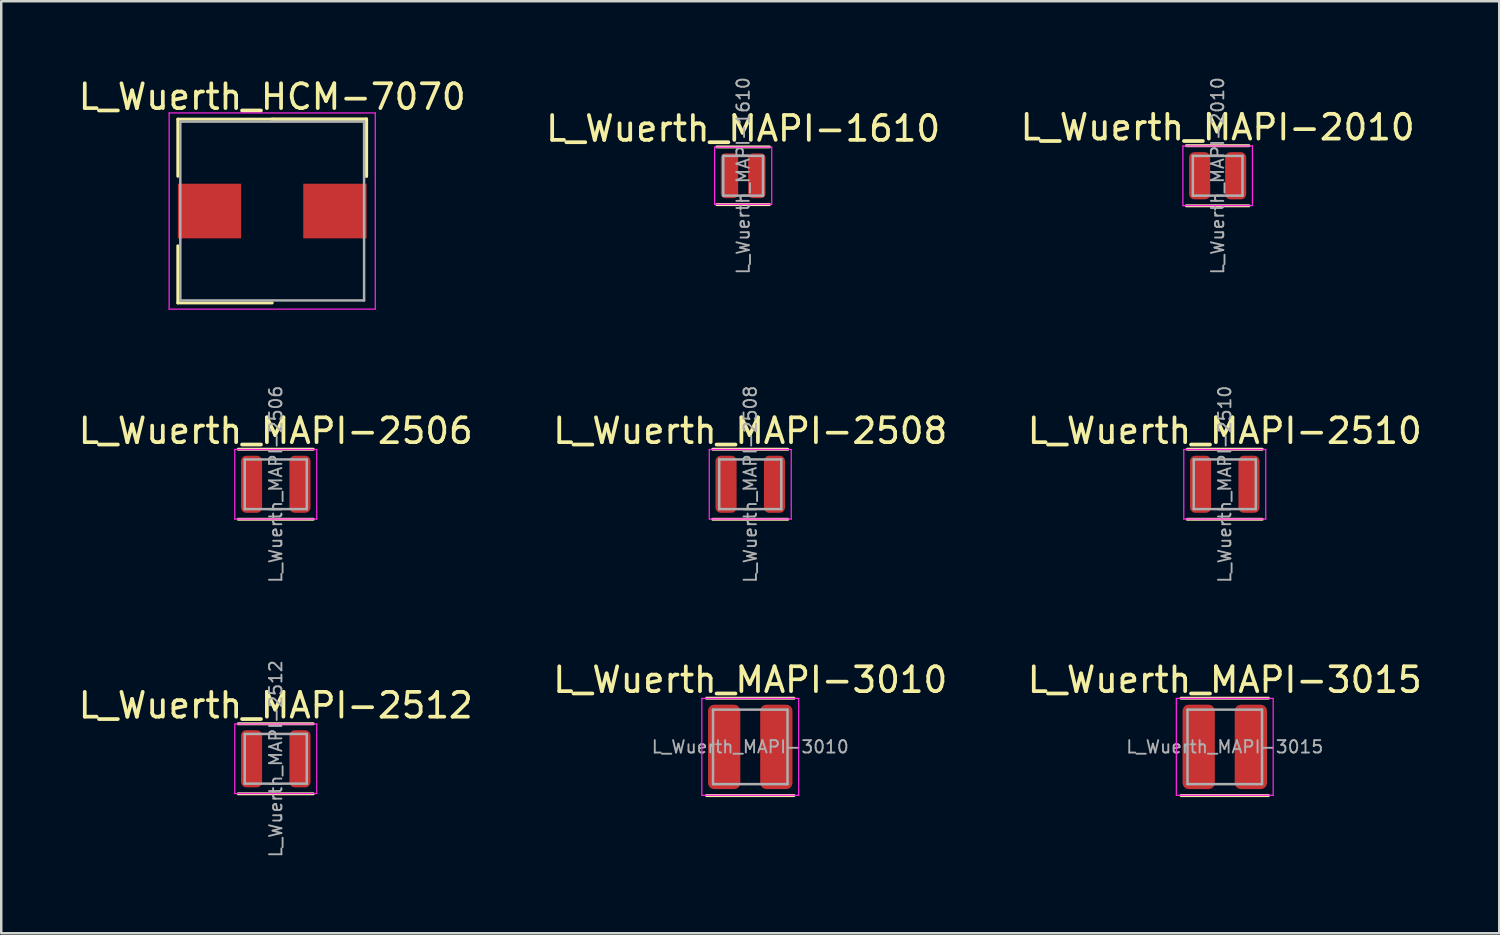
<source format=kicad_pcb>
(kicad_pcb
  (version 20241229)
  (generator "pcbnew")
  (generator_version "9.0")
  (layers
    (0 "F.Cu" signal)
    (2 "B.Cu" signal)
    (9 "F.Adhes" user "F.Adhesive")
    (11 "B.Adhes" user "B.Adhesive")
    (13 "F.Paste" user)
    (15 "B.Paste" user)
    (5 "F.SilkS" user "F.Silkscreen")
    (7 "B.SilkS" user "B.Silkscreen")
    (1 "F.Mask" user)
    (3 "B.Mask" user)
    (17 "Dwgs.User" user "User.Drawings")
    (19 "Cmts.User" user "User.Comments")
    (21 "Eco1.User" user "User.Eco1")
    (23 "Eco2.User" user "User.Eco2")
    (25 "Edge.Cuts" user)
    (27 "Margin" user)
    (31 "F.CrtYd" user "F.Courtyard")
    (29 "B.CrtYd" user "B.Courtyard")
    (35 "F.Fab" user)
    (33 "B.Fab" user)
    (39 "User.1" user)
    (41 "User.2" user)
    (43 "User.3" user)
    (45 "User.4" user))
  (footprint "L_Wuerth_MAPI-2506"
    (layer "F.Cu")
    (at 8.054 16.45)
    (property "Reference" "L_Wuerth_MAPI-2506" (at 0 -2.15 0) (layer "F.SilkS") (effects (font (size 1 1) (thickness 0.15))))
    (attr smd)
    (fp_line (start -1.51 -1.41) (end 1.51 -1.41) (stroke (width 0.12) (type solid)) (layer "F.SilkS"))
    (fp_line (start -1.51 1.41) (end 1.51 1.41) (stroke (width 0.12) (type solid)) (layer "F.SilkS"))
    (fp_line (start -1.65 -1.4) (end -1.65 1.4) (stroke (width 0.05) (type solid)) (layer "F.CrtYd"))
    (fp_line (start -1.65 1.4) (end 1.65 1.4) (stroke (width 0.05) (type solid)) (layer "F.CrtYd"))
    (fp_line (start 1.65 -1.4) (end -1.65 -1.4) (stroke (width 0.05) (type solid)) (layer "F.CrtYd"))
    (fp_line (start 1.65 1.4) (end 1.65 -1.4) (stroke (width 0.05) (type solid)) (layer "F.CrtYd"))
    (fp_line (start -1.25 -1) (end -1.25 1) (stroke (width 0.1) (type solid)) (layer "F.Fab"))
    (fp_line (start -1.25 1) (end 1.25 1) (stroke (width 0.1) (type solid)) (layer "F.Fab"))
    (fp_line (start 1.25 -1) (end -1.25 -1) (stroke (width 0.1) (type solid)) (layer "F.Fab"))
    (fp_line (start 1.25 1) (end 1.25 -1) (stroke (width 0.1) (type solid)) (layer "F.Fab"))
    (fp_text user "${REFERENCE}" (at 0 0 90) (layer "F.Fab") (effects (font (size 0.5 0.5) (thickness 0.075))))
    (pad "1" smd roundrect (at -0.975 0) (size 0.85 2.3) (layers "F.Cu" "F.Mask" "F.Paste") (roundrect_rratio 0.25))
    (pad "2" smd roundrect (at 0.975 0) (size 0.85 2.3) (layers "F.Cu" "F.Mask" "F.Paste") (roundrect_rratio 0.25)))
  (footprint "L_Wuerth_MAPI-2010"
    (layer "F.Cu")
    (at 45.982 4.027)
    (property "Reference" "L_Wuerth_MAPI-2010" (at 0 -1.95 0) (layer "F.SilkS") (effects (font (size 1 1) (thickness 0.15))))
    (attr smd)
    (fp_line (start -1.26 -1.21) (end 1.26 -1.21) (stroke (width 0.12) (type solid)) (layer "F.SilkS"))
    (fp_line (start -1.26 1.21) (end 1.26 1.21) (stroke (width 0.12) (type solid)) (layer "F.SilkS"))
    (fp_line (start -1.4 -1.2) (end -1.4 1.2) (stroke (width 0.05) (type solid)) (layer "F.CrtYd"))
    (fp_line (start -1.4 1.2) (end 1.4 1.2) (stroke (width 0.05) (type solid)) (layer "F.CrtYd"))
    (fp_line (start 1.4 -1.2) (end -1.4 -1.2) (stroke (width 0.05) (type solid)) (layer "F.CrtYd"))
    (fp_line (start 1.4 1.2) (end 1.4 -1.2) (stroke (width 0.05) (type solid)) (layer "F.CrtYd"))
    (fp_line (start -1 -0.8) (end -1 0.8) (stroke (width 0.1) (type solid)) (layer "F.Fab"))
    (fp_line (start -1 0.8) (end 1 0.8) (stroke (width 0.1) (type solid)) (layer "F.Fab"))
    (fp_line (start 1 -0.8) (end -1 -0.8) (stroke (width 0.1) (type solid)) (layer "F.Fab"))
    (fp_line (start 1 0.8) (end 1 -0.8) (stroke (width 0.1) (type solid)) (layer "F.Fab"))
    (fp_text user "${REFERENCE}" (at 0 0 90) (layer "F.Fab") (effects (font (size 0.5 0.5) (thickness 0.075))))
    (pad "1" smd roundrect (at -0.725 0) (size 0.85 1.9) (layers "F.Cu" "F.Mask" "F.Paste") (roundrect_rratio 0.25))
    (pad "2" smd roundrect (at 0.725 0) (size 0.85 1.9) (layers "F.Cu" "F.Mask" "F.Paste") (roundrect_rratio 0.25)))
  (footprint "L_Wuerth_MAPI-1610"
    (layer "F.Cu")
    (at 26.875 4.027)
    (property "Reference" "L_Wuerth_MAPI-1610" (at 0 -1.9 0) (layer "F.SilkS") (effects (font (size 1 1) (thickness 0.15))))
    (attr smd)
    (fp_line (start -1.06 -1.16) (end 1.06 -1.16) (stroke (width 0.12) (type solid)) (layer "F.SilkS"))
    (fp_line (start -1.06 1.16) (end 1.06 1.16) (stroke (width 0.12) (type solid)) (layer "F.SilkS"))
    (fp_line (start -1.15 -1.15) (end -1.15 1.15) (stroke (width 0.05) (type solid)) (layer "F.CrtYd"))
    (fp_line (start -1.15 1.15) (end 1.15 1.15) (stroke (width 0.05) (type solid)) (layer "F.CrtYd"))
    (fp_line (start 1.15 -1.15) (end -1.15 -1.15) (stroke (width 0.05) (type solid)) (layer "F.CrtYd"))
    (fp_line (start 1.15 1.15) (end 1.15 -1.15) (stroke (width 0.05) (type solid)) (layer "F.CrtYd"))
    (fp_line (start -0.8 -0.8) (end -0.8 0.8) (stroke (width 0.1) (type solid)) (layer "F.Fab"))
    (fp_line (start -0.8 0.8) (end 0.8 0.8) (stroke (width 0.1) (type solid)) (layer "F.Fab"))
    (fp_line (start 0.8 -0.8) (end -0.8 -0.8) (stroke (width 0.1) (type solid)) (layer "F.Fab"))
    (fp_line (start 0.8 0.8) (end 0.8 -0.8) (stroke (width 0.1) (type solid)) (layer "F.Fab"))
    (fp_text user "${REFERENCE}" (at 0 0 90) (layer "F.Fab") (effects (font (size 0.5 0.5) (thickness 0.075))))
    (pad "1" smd roundrect (at -0.55 0) (size 0.7 1.8) (layers "F.Cu" "F.Mask" "F.Paste") (roundrect_rratio 0.25))
    (pad "2" smd roundrect (at 0.55 0) (size 0.7 1.8) (layers "F.Cu" "F.Mask" "F.Paste") (roundrect_rratio 0.25)))
  (footprint "L_Wuerth_MAPI-3015"
    (layer "F.Cu")
    (at 46.268 27.025)
    (property "Reference" "L_Wuerth_MAPI-3015" (at 0 -2.7 0) (layer "F.SilkS") (effects (font (size 1 1) (thickness 0.15))))
    (attr smd)
    (fp_line (start -1.76 -1.96) (end 1.76 -1.96) (stroke (width 0.12) (type solid)) (layer "F.SilkS"))
    (fp_line (start -1.76 1.96) (end 1.76 1.96) (stroke (width 0.12) (type solid)) (layer "F.SilkS"))
    (fp_line (start -1.95 -1.95) (end -1.95 1.95) (stroke (width 0.05) (type solid)) (layer "F.CrtYd"))
    (fp_line (start -1.95 1.95) (end 1.95 1.95) (stroke (width 0.05) (type solid)) (layer "F.CrtYd"))
    (fp_line (start 1.95 -1.95) (end -1.95 -1.95) (stroke (width 0.05) (type solid)) (layer "F.CrtYd"))
    (fp_line (start 1.95 1.95) (end 1.95 -1.95) (stroke (width 0.05) (type solid)) (layer "F.CrtYd"))
    (fp_line (start -1.5 -1.5) (end -1.5 1.5) (stroke (width 0.1) (type solid)) (layer "F.Fab"))
    (fp_line (start -1.5 1.5) (end 1.5 1.5) (stroke (width 0.1) (type solid)) (layer "F.Fab"))
    (fp_line (start 1.5 -1.5) (end -1.5 -1.5) (stroke (width 0.1) (type solid)) (layer "F.Fab"))
    (fp_line (start 1.5 1.5) (end 1.5 -1.5) (stroke (width 0.1) (type solid)) (layer "F.Fab"))
    (fp_text user "${REFERENCE}" (at 0 0 0) (layer "F.Fab") (effects (font (size 0.5 0.5) (thickness 0.075))))
    (pad "1" smd roundrect (at -1.05 0) (size 1.3 3.4) (layers "F.Cu" "F.Mask" "F.Paste") (roundrect_rratio 0.192))
    (pad "2" smd roundrect (at 1.05 0) (size 1.3 3.4) (layers "F.Cu" "F.Mask" "F.Paste") (roundrect_rratio 0.192)))
  (footprint "L_Wuerth_MAPI-2510"
    (layer "F.Cu")
    (at 46.268 16.45)
    (property "Reference" "L_Wuerth_MAPI-2510" (at 0 -2.15 0) (layer "F.SilkS") (effects (font (size 1 1) (thickness 0.15))))
    (attr smd)
    (fp_line (start -1.51 -1.41) (end 1.51 -1.41) (stroke (width 0.12) (type solid)) (layer "F.SilkS"))
    (fp_line (start -1.51 1.41) (end 1.51 1.41) (stroke (width 0.12) (type solid)) (layer "F.SilkS"))
    (fp_line (start -1.65 -1.4) (end -1.65 1.4) (stroke (width 0.05) (type solid)) (layer "F.CrtYd"))
    (fp_line (start -1.65 1.4) (end 1.65 1.4) (stroke (width 0.05) (type solid)) (layer "F.CrtYd"))
    (fp_line (start 1.65 -1.4) (end -1.65 -1.4) (stroke (width 0.05) (type solid)) (layer "F.CrtYd"))
    (fp_line (start 1.65 1.4) (end 1.65 -1.4) (stroke (width 0.05) (type solid)) (layer "F.CrtYd"))
    (fp_line (start -1.25 -1) (end -1.25 1) (stroke (width 0.1) (type solid)) (layer "F.Fab"))
    (fp_line (start -1.25 1) (end 1.25 1) (stroke (width 0.1) (type solid)) (layer "F.Fab"))
    (fp_line (start 1.25 -1) (end -1.25 -1) (stroke (width 0.1) (type solid)) (layer "F.Fab"))
    (fp_line (start 1.25 1) (end 1.25 -1) (stroke (width 0.1) (type solid)) (layer "F.Fab"))
    (fp_text user "${REFERENCE}" (at 0 0 90) (layer "F.Fab") (effects (font (size 0.5 0.5) (thickness 0.075))))
    (pad "1" smd roundrect (at -0.975 0) (size 0.85 2.3) (layers "F.Cu" "F.Mask" "F.Paste") (roundrect_rratio 0.25))
    (pad "2" smd roundrect (at 0.975 0) (size 0.85 2.3) (layers "F.Cu" "F.Mask" "F.Paste") (roundrect_rratio 0.25)))
  (footprint "L_Wuerth_MAPI-2512"
    (layer "F.Cu")
    (at 8.054 27.504)
    (property "Reference" "L_Wuerth_MAPI-2512" (at 0 -2.15 0) (layer "F.SilkS") (effects (font (size 1 1) (thickness 0.15))))
    (attr smd)
    (fp_line (start -1.51 -1.41) (end 1.51 -1.41) (stroke (width 0.12) (type solid)) (layer "F.SilkS"))
    (fp_line (start -1.51 1.41) (end 1.51 1.41) (stroke (width 0.12) (type solid)) (layer "F.SilkS"))
    (fp_line (start -1.65 -1.4) (end -1.65 1.4) (stroke (width 0.05) (type solid)) (layer "F.CrtYd"))
    (fp_line (start -1.65 1.4) (end 1.65 1.4) (stroke (width 0.05) (type solid)) (layer "F.CrtYd"))
    (fp_line (start 1.65 -1.4) (end -1.65 -1.4) (stroke (width 0.05) (type solid)) (layer "F.CrtYd"))
    (fp_line (start 1.65 1.4) (end 1.65 -1.4) (stroke (width 0.05) (type solid)) (layer "F.CrtYd"))
    (fp_line (start -1.25 -1) (end -1.25 1) (stroke (width 0.1) (type solid)) (layer "F.Fab"))
    (fp_line (start -1.25 1) (end 1.25 1) (stroke (width 0.1) (type solid)) (layer "F.Fab"))
    (fp_line (start 1.25 -1) (end -1.25 -1) (stroke (width 0.1) (type solid)) (layer "F.Fab"))
    (fp_line (start 1.25 1) (end 1.25 -1) (stroke (width 0.1) (type solid)) (layer "F.Fab"))
    (fp_text user "${REFERENCE}" (at 0 0 90) (layer "F.Fab") (effects (font (size 0.5 0.5) (thickness 0.075))))
    (pad "1" smd roundrect (at -0.975 0) (size 0.85 2.3) (layers "F.Cu" "F.Mask" "F.Paste") (roundrect_rratio 0.25))
    (pad "2" smd roundrect (at 0.975 0) (size 0.85 2.3) (layers "F.Cu" "F.Mask" "F.Paste") (roundrect_rratio 0.25)))
  (footprint "L_Wuerth_MAPI-3010"
    (layer "F.Cu")
    (at 27.161 27.025)
    (property "Reference" "L_Wuerth_MAPI-3010" (at 0 -2.7 0) (layer "F.SilkS") (effects (font (size 1 1) (thickness 0.15))))
    (attr smd)
    (fp_line (start -1.76 -1.96) (end 1.76 -1.96) (stroke (width 0.12) (type solid)) (layer "F.SilkS"))
    (fp_line (start -1.76 1.96) (end 1.76 1.96) (stroke (width 0.12) (type solid)) (layer "F.SilkS"))
    (fp_line (start -1.95 -1.95) (end -1.95 1.95) (stroke (width 0.05) (type solid)) (layer "F.CrtYd"))
    (fp_line (start -1.95 1.95) (end 1.95 1.95) (stroke (width 0.05) (type solid)) (layer "F.CrtYd"))
    (fp_line (start 1.95 -1.95) (end -1.95 -1.95) (stroke (width 0.05) (type solid)) (layer "F.CrtYd"))
    (fp_line (start 1.95 1.95) (end 1.95 -1.95) (stroke (width 0.05) (type solid)) (layer "F.CrtYd"))
    (fp_line (start -1.5 -1.5) (end -1.5 1.5) (stroke (width 0.1) (type solid)) (layer "F.Fab"))
    (fp_line (start -1.5 1.5) (end 1.5 1.5) (stroke (width 0.1) (type solid)) (layer "F.Fab"))
    (fp_line (start 1.5 -1.5) (end -1.5 -1.5) (stroke (width 0.1) (type solid)) (layer "F.Fab"))
    (fp_line (start 1.5 1.5) (end 1.5 -1.5) (stroke (width 0.1) (type solid)) (layer "F.Fab"))
    (fp_text user "${REFERENCE}" (at 0 0 0) (layer "F.Fab") (effects (font (size 0.5 0.5) (thickness 0.075))))
    (pad "1" smd roundrect (at -1.05 0) (size 1.3 3.4) (layers "F.Cu" "F.Mask" "F.Paste") (roundrect_rratio 0.192))
    (pad "2" smd roundrect (at 1.05 0) (size 1.3 3.4) (layers "F.Cu" "F.Mask" "F.Paste") (roundrect_rratio 0.192)))
  (footprint "L_Wuerth_HCM-7070"
    (layer "F.Cu")
    (at 7.911 5.448)
    (property "Reference" "L_Wuerth_HCM-7070" (at 0 -4.6 0) (layer "F.SilkS") (effects (font (size 1 1) (thickness 0.15))))
    (attr smd)
    (fp_line (start -3.8 -3.7) (end 0 -3.7) (stroke (width 0.12) (type solid)) (layer "F.SilkS"))
    (fp_line (start -3.8 -1.4) (end -3.8 -3.7) (stroke (width 0.12) (type solid)) (layer "F.SilkS"))
    (fp_line (start -3.8 1.4) (end -3.8 3.7) (stroke (width 0.12) (type solid)) (layer "F.SilkS"))
    (fp_line (start -3.8 3.7) (end 0 3.7) (stroke (width 0.12) (type solid)) (layer "F.SilkS"))
    (fp_line (start 3.8 -3.7) (end 0 -3.7) (stroke (width 0.12) (type solid)) (layer "F.SilkS"))
    (fp_line (start 3.8 -3.7) (end 0 -3.7) (stroke (width 0.12) (type solid)) (layer "F.SilkS"))
    (fp_line (start 3.8 -1.4) (end 3.8 -3.7) (stroke (width 0.12) (type solid)) (layer "F.SilkS"))
    (fp_line (start 3.8 -1.4) (end 3.8 -3.7) (stroke (width 0.12) (type solid)) (layer "F.SilkS"))
    (fp_line (start -4.15 -3.95) (end -4.15 3.95) (stroke (width 0.05) (type solid)) (layer "F.CrtYd"))
    (fp_line (start -4.15 3.95) (end 4.15 3.95) (stroke (width 0.05) (type solid)) (layer "F.CrtYd"))
    (fp_line (start 4.15 -3.95) (end -4.15 -3.95) (stroke (width 0.05) (type solid)) (layer "F.CrtYd"))
    (fp_line (start 4.15 3.95) (end 4.15 -3.95) (stroke (width 0.05) (type solid)) (layer "F.CrtYd"))
    (fp_line (start -3.7 -3.6) (end -3.7 3.6) (stroke (width 0.1) (type solid)) (layer "F.Fab"))
    (fp_line (start -3.7 3.6) (end 3.7 3.6) (stroke (width 0.1) (type solid)) (layer "F.Fab"))
    (fp_line (start 3.7 -3.6) (end -3.7 -3.6) (stroke (width 0.1) (type solid)) (layer "F.Fab"))
    (fp_line (start 3.7 3.6) (end 3.7 -3.6) (stroke (width 0.1) (type solid)) (layer "F.Fab"))
    (pad "1" smd rect (at -2.525 0) (size 2.55 2.2) (layers "F.Cu" "F.Mask" "F.Paste"))
    (pad "2" smd rect (at 2.525 0) (size 2.55 2.2) (layers "F.Cu" "F.Mask" "F.Paste")))
  (footprint "L_Wuerth_MAPI-2508"
    (layer "F.Cu")
    (at 27.161 16.45)
    (property "Reference" "L_Wuerth_MAPI-2508" (at 0 -2.15 0) (layer "F.SilkS") (effects (font (size 1 1) (thickness 0.15))))
    (attr smd)
    (fp_line (start -1.51 -1.41) (end 1.51 -1.41) (stroke (width 0.12) (type solid)) (layer "F.SilkS"))
    (fp_line (start -1.51 1.41) (end 1.51 1.41) (stroke (width 0.12) (type solid)) (layer "F.SilkS"))
    (fp_line (start -1.65 -1.4) (end -1.65 1.4) (stroke (width 0.05) (type solid)) (layer "F.CrtYd"))
    (fp_line (start -1.65 1.4) (end 1.65 1.4) (stroke (width 0.05) (type solid)) (layer "F.CrtYd"))
    (fp_line (start 1.65 -1.4) (end -1.65 -1.4) (stroke (width 0.05) (type solid)) (layer "F.CrtYd"))
    (fp_line (start 1.65 1.4) (end 1.65 -1.4) (stroke (width 0.05) (type solid)) (layer "F.CrtYd"))
    (fp_line (start -1.25 -1) (end -1.25 1) (stroke (width 0.1) (type solid)) (layer "F.Fab"))
    (fp_line (start -1.25 1) (end 1.25 1) (stroke (width 0.1) (type solid)) (layer "F.Fab"))
    (fp_line (start 1.25 -1) (end -1.25 -1) (stroke (width 0.1) (type solid)) (layer "F.Fab"))
    (fp_line (start 1.25 1) (end 1.25 -1) (stroke (width 0.1) (type solid)) (layer "F.Fab"))
    (fp_text user "${REFERENCE}" (at 0 0 90) (layer "F.Fab") (effects (font (size 0.5 0.5) (thickness 0.075))))
    (pad "1" smd roundrect (at -0.975 0) (size 0.85 2.3) (layers "F.Cu" "F.Mask" "F.Paste") (roundrect_rratio 0.25))
    (pad "2" smd roundrect (at 0.975 0) (size 0.85 2.3) (layers "F.Cu" "F.Mask" "F.Paste") (roundrect_rratio 0.25)))
  (gr_rect
    (start -3 -3)
    (end 57.321 34.53)
    (stroke (width 0.1) (type default))
    (fill no)
    (layer "Edge.Cuts")))
</source>
